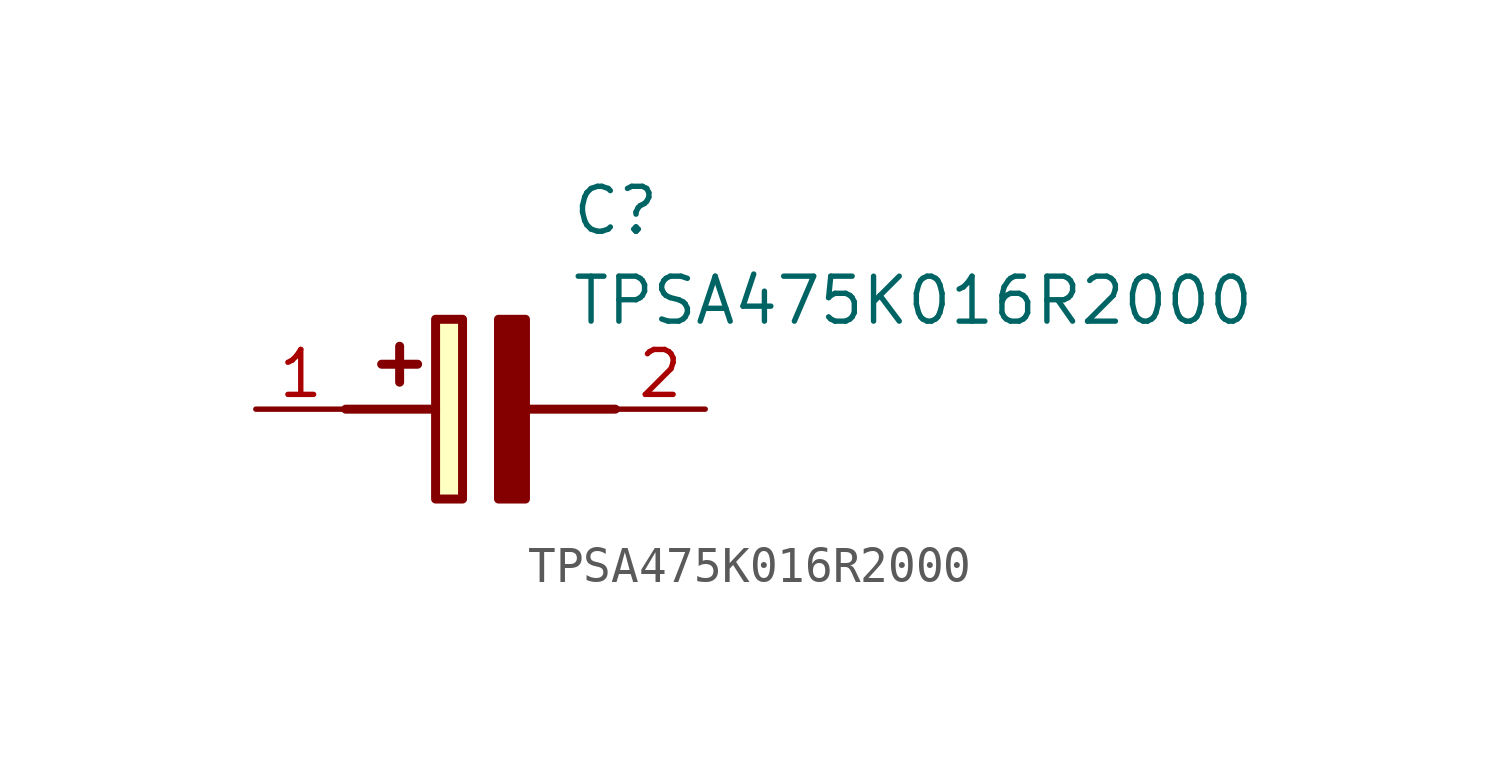
<source format=kicad_sym>
(kicad_symbol_lib
  (version 20211014)
  (generator SamacSys_ECAD_Model)
  (symbol "TPSA475K016R2000"
    (pin_names hide)
    (property "Reference" "C"
      (at 8.89 6.35 0)
      (effects (font (size 1.27 1.27)) (justify left top)))
    (property "Value" "TPSA475K016R2000"
      (at 8.89 3.81 0)
      (effects (font (size 1.27 1.27)) (justify left top)))
    (rectangle
      (start 5.08 2.54)
      (end 5.842 -2.54)
      (stroke (width 0.254) (type default))
      (fill (type background)))
    (polyline
      (pts (xy 4.572 1.27) (xy 3.556 1.27))
      (stroke (width 0.254) (type default))
      (fill (type none)))
    (polyline
      (pts (xy 4.064 1.778) (xy 4.064 0.762))
      (stroke (width 0.254) (type default))
      (fill (type none)))
    (polyline
      (pts (xy 2.54 0) (xy 5.08 0))
      (stroke (width 0.254) (type default))
      (fill (type none)))
    (polyline
      (pts (xy 7.62 0) (xy 10.16 0))
      (stroke (width 0.254) (type default))
      (fill (type none)))
    (polyline
      (pts (xy 7.62 2.54) (xy 7.62 -2.54) (xy 6.858 -2.54) (xy 6.858 2.54) (xy 7.62 2.54))
      (stroke (width 0.254) (type default))
      (fill (type outline)))
    (pin passive line
      (at 0 0 0)
      (length 2.54)
      (name "+" (effects (font (size 1.27 1.27))))
      (number "1" (effects (font (size 1.27 1.27)))))
    (pin passive line
      (at 12.7 0 180)
      (length 2.54)
      (name "-" (effects (font (size 1.27 1.27))))
      (number "2" (effects (font (size 1.27 1.27)))))))
</source>
